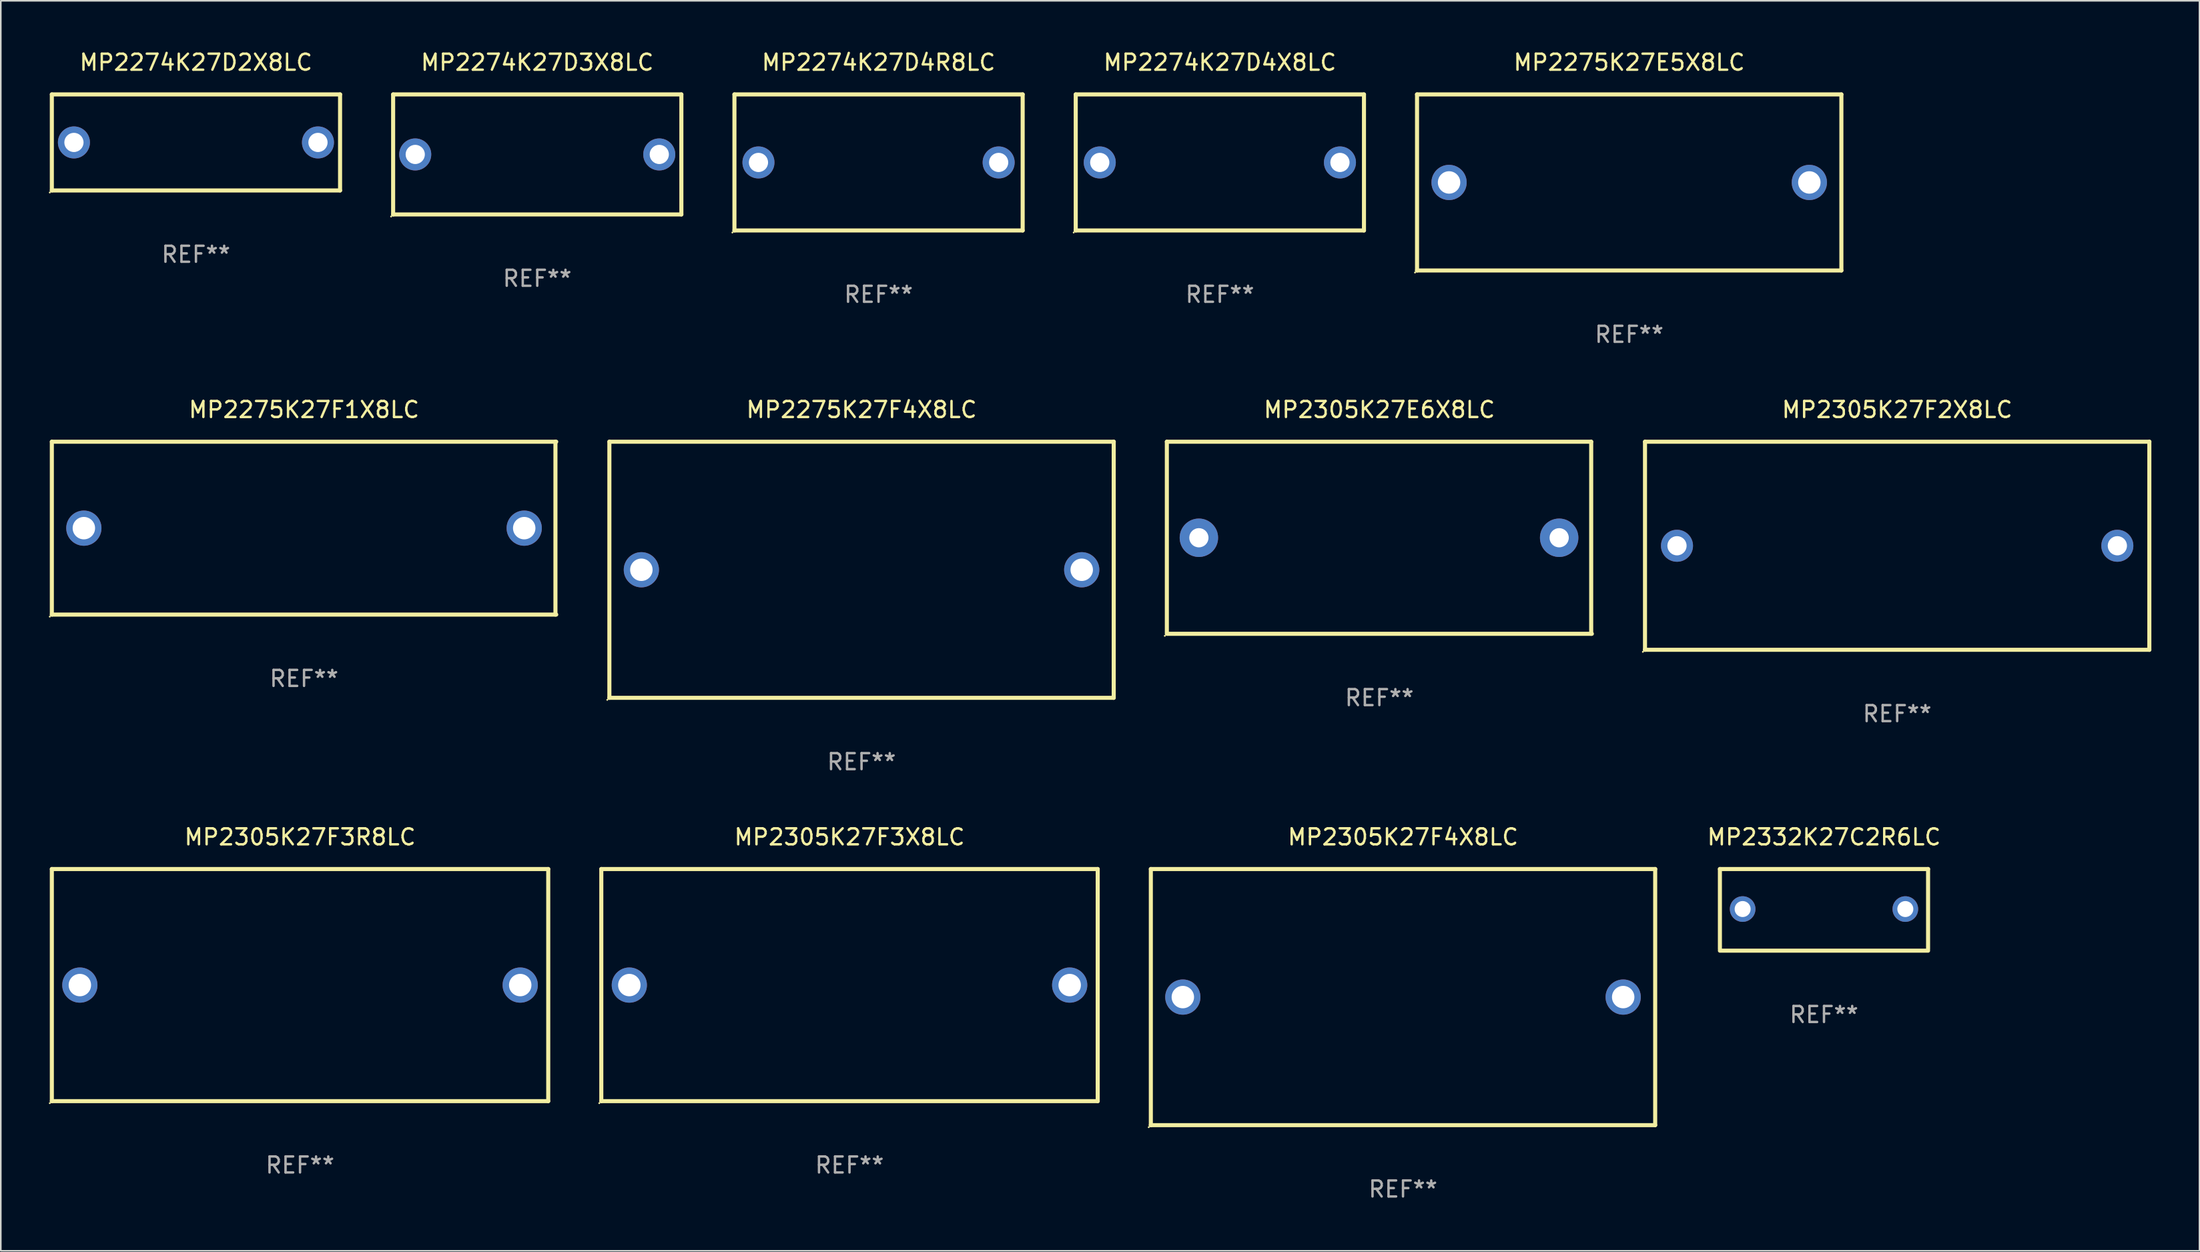
<source format=kicad_pcb>
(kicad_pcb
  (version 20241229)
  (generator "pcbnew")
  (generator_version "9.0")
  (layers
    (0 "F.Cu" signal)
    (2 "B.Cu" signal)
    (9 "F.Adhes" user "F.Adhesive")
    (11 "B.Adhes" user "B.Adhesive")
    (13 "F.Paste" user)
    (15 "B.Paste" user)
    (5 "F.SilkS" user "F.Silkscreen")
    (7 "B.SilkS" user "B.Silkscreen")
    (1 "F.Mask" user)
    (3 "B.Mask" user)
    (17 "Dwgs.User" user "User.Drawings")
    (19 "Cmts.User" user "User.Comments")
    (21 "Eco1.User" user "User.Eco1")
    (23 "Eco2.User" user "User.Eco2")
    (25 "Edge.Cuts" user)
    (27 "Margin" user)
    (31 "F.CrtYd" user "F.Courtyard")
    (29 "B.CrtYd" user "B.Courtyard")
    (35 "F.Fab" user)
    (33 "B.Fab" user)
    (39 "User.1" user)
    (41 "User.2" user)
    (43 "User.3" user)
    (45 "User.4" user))
  (footprint "MP2274K27D3X8LC"
    (layer "F.Cu")
    (at 30.501 6.598)
    (property "Reference" "MP2274K27D3X8LC" (at 0 -5.75 0) (layer "F.SilkS") (effects (font (size 1 1) (thickness 0.15))))
    (attr through_hole)
    (fp_line (start -9 -3.75) (end 9 -3.75) (stroke (width 0.254) (type solid)) (layer "F.SilkS"))
    (fp_line (start -9 3.75) (end -9 -3.75) (stroke (width 0.254) (type solid)) (layer "F.SilkS"))
    (fp_line (start 9 -3.75) (end 9 3.75) (stroke (width 0.254) (type solid)) (layer "F.SilkS"))
    (fp_line (start 9 3.75) (end -9 3.75) (stroke (width 0.254) (type solid)) (layer "F.SilkS"))
    (fp_circle (center -9.127 3.877) (end -9.097 3.877) (stroke (width 0.06) (type solid)) (fill no) (layer "F.SilkS"))
    (fp_text user "REF**" (at 0 7.75 0) (layer "F.Fab") (effects (font (size 1 1) (thickness 0.15))))
    (pad "1" thru_hole circle (at -7.62 0) (size 2 2) (drill 1.2) (layers "*.Cu" "*.Mask"))
    (pad "2" thru_hole circle (at 7.62 0) (size 2 2) (drill 1.2) (layers "*.Cu" "*.Mask")))
  (footprint "MP2305K27F4X8LC"
    (layer "F.Cu")
    (at 84.567 59.241)
    (property "Reference" "MP2305K27F4X8LC" (at 0 -10 0) (layer "F.SilkS") (effects (font (size 1 1) (thickness 0.15))))
    (attr through_hole)
    (fp_line (start -15.748 -8) (end 15.752 -8) (stroke (width 0.254) (type solid)) (layer "F.SilkS"))
    (fp_line (start -15.748 8) (end -15.748 -8) (stroke (width 0.254) (type solid)) (layer "F.SilkS"))
    (fp_line (start 15.748 -8) (end 15.748 8) (stroke (width 0.254) (type solid)) (layer "F.SilkS"))
    (fp_line (start 15.748 8) (end -15.752 8) (stroke (width 0.254) (type solid)) (layer "F.SilkS"))
    (fp_circle (center -15.879 8.127) (end -15.849 8.127) (stroke (width 0.06) (type solid)) (fill no) (layer "F.SilkS"))
    (fp_text user "REF**" (at 0 12 0) (layer "F.Fab") (effects (font (size 1 1) (thickness 0.15))))
    (pad "1" thru_hole circle (at -13.75 0) (size 2.2 2.2) (drill 1.4) (layers "*.Cu" "*.Mask"))
    (pad "2" thru_hole circle (at 13.75 0) (size 2.2 2.2) (drill 1.4) (layers "*.Cu" "*.Mask")))
  (footprint "MP2274K27D4X8LC"
    (layer "F.Cu")
    (at 73.129 7.098)
    (property "Reference" "MP2274K27D4X8LC" (at 0 -6.25 0) (layer "F.SilkS") (effects (font (size 1 1) (thickness 0.15))))
    (attr through_hole)
    (fp_line (start -9 -4.25) (end -9 4.25) (stroke (width 0.254) (type solid)) (layer "F.SilkS"))
    (fp_line (start -9 -4.25) (end 9 -4.25) (stroke (width 0.254) (type solid)) (layer "F.SilkS"))
    (fp_line (start 9 4.25) (end -9 4.25) (stroke (width 0.254) (type solid)) (layer "F.SilkS"))
    (fp_line (start 9 4.25) (end 9 -4.25) (stroke (width 0.254) (type solid)) (layer "F.SilkS"))
    (fp_circle (center -9.127 4.377) (end -9.097 4.377) (stroke (width 0.06) (type solid)) (fill no) (layer "F.SilkS"))
    (fp_text user "REF**" (at 0 8.25 0) (layer "F.Fab") (effects (font (size 1 1) (thickness 0.15))))
    (pad "1" thru_hole circle (at -7.5 0) (size 2 2) (drill 1.2) (layers "*.Cu" "*.Mask"))
    (pad "2" thru_hole circle (at 7.5 0) (size 2 2) (drill 1.2) (layers "*.Cu" "*.Mask")))
  (footprint "MP2275K27F1X8LC"
    (layer "F.Cu")
    (at 15.937 29.945)
    (property "Reference" "MP2275K27F1X8LC" (at 0 -7.4 0) (layer "F.SilkS") (effects (font (size 1 1) (thickness 0.15))))
    (attr through_hole)
    (fp_line (start -15.75 -5.4) (end 15.75 -5.4) (stroke (width 0.254) (type solid)) (layer "F.SilkS"))
    (fp_line (start -15.75 5.4) (end -15.75 -5.4) (stroke (width 0.254) (type solid)) (layer "F.SilkS"))
    (fp_line (start 15.7 -5.4) (end 15.7 5.4) (stroke (width 0.254) (type solid)) (layer "F.SilkS"))
    (fp_line (start 15.75 5.4) (end -15.75 5.4) (stroke (width 0.254) (type solid)) (layer "F.SilkS"))
    (fp_circle (center -15.877 5.527) (end -15.847 5.527) (stroke (width 0.06) (type solid)) (fill no) (layer "F.SilkS"))
    (fp_text user "REF**" (at 0 9.4 0) (layer "F.Fab") (effects (font (size 1 1) (thickness 0.15))))
    (pad "1" thru_hole circle (at -13.75 0) (size 2.2 2.2) (drill 1.4) (layers "*.Cu" "*.Mask"))
    (pad "2" thru_hole circle (at 13.75 0) (size 2.2 2.2) (drill 1.4) (layers "*.Cu" "*.Mask")))
  (footprint "MP2275K27F4X8LC"
    (layer "F.Cu")
    (at 50.753 32.545)
    (property "Reference" "MP2275K27F4X8LC" (at 0 -10 0) (layer "F.SilkS") (effects (font (size 1 1) (thickness 0.15))))
    (attr through_hole)
    (fp_line (start -15.748 -8) (end 15.752 -8) (stroke (width 0.254) (type solid)) (layer "F.SilkS"))
    (fp_line (start -15.748 8) (end -15.748 -8) (stroke (width 0.254) (type solid)) (layer "F.SilkS"))
    (fp_line (start 15.748 -8) (end 15.748 8) (stroke (width 0.254) (type solid)) (layer "F.SilkS"))
    (fp_line (start 15.748 8) (end -15.752 8) (stroke (width 0.254) (type solid)) (layer "F.SilkS"))
    (fp_circle (center -15.879 8.127) (end -15.849 8.127) (stroke (width 0.06) (type solid)) (fill no) (layer "F.SilkS"))
    (fp_text user "REF**" (at 0 12 0) (layer "F.Fab") (effects (font (size 1 1) (thickness 0.15))))
    (pad "1" thru_hole circle (at -13.75 0) (size 2.2 2.2) (drill 1.4) (layers "*.Cu" "*.Mask"))
    (pad "2" thru_hole circle (at 13.75 0) (size 2.2 2.2) (drill 1.4) (layers "*.Cu" "*.Mask")))
  (footprint "MP2332K27C2R6LC"
    (layer "F.Cu")
    (at 110.857 53.791)
    (property "Reference" "MP2332K27C2R6LC" (at 0 -4.55 0) (layer "F.SilkS") (effects (font (size 1 1) (thickness 0.15))))
    (attr through_hole)
    (fp_line (start -6.5 -2.55) (end 6.5 -2.55) (stroke (width 0.254) (type solid)) (layer "F.SilkS"))
    (fp_line (start -6.5 2.45) (end -6.5 -2.55) (stroke (width 0.254) (type solid)) (layer "F.SilkS"))
    (fp_line (start 6.5 -2.55) (end 6.5 2.45) (stroke (width 0.254) (type solid)) (layer "F.SilkS"))
    (fp_line (start 6.5 2.55) (end -6.5 2.55) (stroke (width 0.254) (type solid)) (layer "F.SilkS"))
    (fp_circle (center -6.5 2.45) (end -6.47 2.45) (stroke (width 0.06) (type solid)) (fill no) (layer "F.SilkS"))
    (fp_text user "REF**" (at 0 6.55 0) (layer "F.Fab") (effects (font (size 1 1) (thickness 0.15))))
    (pad "1" thru_hole circle (at -5.08 -0.05) (size 1.6 1.6) (drill 1) (layers "*.Cu" "*.Mask"))
    (pad "2" thru_hole circle (at 5.08 -0.05) (size 1.6 1.6) (drill 1) (layers "*.Cu" "*.Mask")))
  (footprint "MP2274K27D2X8LC"
    (layer "F.Cu")
    (at 9.187 5.848)
    (property "Reference" "MP2274K27D2X8LC" (at 0 -5 0) (layer "F.SilkS") (effects (font (size 1 1) (thickness 0.15))))
    (attr through_hole)
    (fp_line (start -9 -3) (end 9 -3) (stroke (width 0.254) (type solid)) (layer "F.SilkS"))
    (fp_line (start -9 3) (end -9 -3) (stroke (width 0.254) (type solid)) (layer "F.SilkS"))
    (fp_line (start 9 -3) (end 9 3) (stroke (width 0.254) (type solid)) (layer "F.SilkS"))
    (fp_line (start 9 3) (end -9 3) (stroke (width 0.254) (type solid)) (layer "F.SilkS"))
    (fp_circle (center -9.127 3.127) (end -9.097 3.127) (stroke (width 0.06) (type solid)) (fill no) (layer "F.SilkS"))
    (fp_text user "REF**" (at 0 7 0) (layer "F.Fab") (effects (font (size 1 1) (thickness 0.15))))
    (pad "1" thru_hole circle (at -7.62 0) (size 2 2) (drill 1.2) (layers "*.Cu" "*.Mask"))
    (pad "2" thru_hole circle (at 7.62 0) (size 2 2) (drill 1.2) (layers "*.Cu" "*.Mask")))
  (footprint "MP2275K27E5X8LC"
    (layer "F.Cu")
    (at 98.693 8.348)
    (property "Reference" "MP2275K27E5X8LC" (at 0 -7.5 0) (layer "F.SilkS") (effects (font (size 1 1) (thickness 0.15))))
    (attr through_hole)
    (fp_line (start -13.25 -5.5) (end 13.25 -5.5) (stroke (width 0.254) (type solid)) (layer "F.SilkS"))
    (fp_line (start -13.25 5.5) (end -13.25 -5.5) (stroke (width 0.254) (type solid)) (layer "F.SilkS"))
    (fp_line (start 13.25 -5.5) (end 13.25 5.5) (stroke (width 0.254) (type solid)) (layer "F.SilkS"))
    (fp_line (start 13.25 5.5) (end -13.25 5.5) (stroke (width 0.254) (type solid)) (layer "F.SilkS"))
    (fp_circle (center -13.377 5.627) (end -13.347 5.627) (stroke (width 0.06) (type solid)) (fill no) (layer "F.SilkS"))
    (fp_text user "REF**" (at 0 9.5 0) (layer "F.Fab") (effects (font (size 1 1) (thickness 0.15))))
    (pad "1" thru_hole circle (at -11.25 0) (size 2.2 2.2) (drill 1.4) (layers "*.Cu" "*.Mask"))
    (pad "2" thru_hole circle (at 11.25 0) (size 2.2 2.2) (drill 1.4) (layers "*.Cu" "*.Mask")))
  (footprint "MP2305K27F3R8LC"
    (layer "F.Cu")
    (at 15.687 58.491)
    (property "Reference" "MP2305K27F3R8LC" (at 0 -9.25 0) (layer "F.SilkS") (effects (font (size 1 1) (thickness 0.15))))
    (attr through_hole)
    (fp_line (start -15.5 -7.25) (end 15.5 -7.25) (stroke (width 0.254) (type solid)) (layer "F.SilkS"))
    (fp_line (start -15.5 7.25) (end -15.5 -7.25) (stroke (width 0.254) (type solid)) (layer "F.SilkS"))
    (fp_line (start 15.5 -7.25) (end 15.5 7.25) (stroke (width 0.254) (type solid)) (layer "F.SilkS"))
    (fp_line (start 15.5 7.25) (end -15.5 7.25) (stroke (width 0.254) (type solid)) (layer "F.SilkS"))
    (fp_circle (center -15.627 7.377) (end -15.597 7.377) (stroke (width 0.06) (type solid)) (fill no) (layer "F.SilkS"))
    (fp_text user "REF**" (at 0 11.25 0) (layer "F.Fab") (effects (font (size 1 1) (thickness 0.15))))
    (pad "1" thru_hole circle (at -13.75 -0.000013) (size 2.2 2.2) (drill 1.4) (layers "*.Cu" "*.Mask"))
    (pad "2" thru_hole circle (at 13.75 -0.000013) (size 2.2 2.2) (drill 1.4) (layers "*.Cu" "*.Mask")))
  (footprint "MP2305K27F2X8LC"
    (layer "F.Cu")
    (at 115.427 31.045)
    (property "Reference" "MP2305K27F2X8LC" (at 0 -8.5 0) (layer "F.SilkS") (effects (font (size 1 1) (thickness 0.15))))
    (attr through_hole)
    (fp_line (start -15.748 -6.5) (end 15.752 -6.5) (stroke (width 0.254) (type solid)) (layer "F.SilkS"))
    (fp_line (start -15.748 6.5) (end -15.748 -6.5) (stroke (width 0.254) (type solid)) (layer "F.SilkS"))
    (fp_line (start 15.748 -6.5) (end 15.748 6.5) (stroke (width 0.254) (type solid)) (layer "F.SilkS"))
    (fp_line (start 15.748 6.5) (end -15.752 6.5) (stroke (width 0.254) (type solid)) (layer "F.SilkS"))
    (fp_circle (center -15.879 6.627) (end -15.849 6.627) (stroke (width 0.06) (type solid)) (fill no) (layer "F.SilkS"))
    (fp_text user "REF**" (at 0 10.5 0) (layer "F.Fab") (effects (font (size 1 1) (thickness 0.15))))
    (pad "1" thru_hole circle (at -13.75 0) (size 2 2) (drill 1.2) (layers "*.Cu" "*.Mask"))
    (pad "2" thru_hole circle (at 13.75 0) (size 2 2) (drill 1.2) (layers "*.Cu" "*.Mask")))
  (footprint "MP2305K27F3X8LC"
    (layer "F.Cu")
    (at 50.001 58.491)
    (property "Reference" "MP2305K27F3X8LC" (at 0 -9.25 0) (layer "F.SilkS") (effects (font (size 1 1) (thickness 0.15))))
    (attr through_hole)
    (fp_line (start -15.5 -7.25) (end 15.5 -7.25) (stroke (width 0.254) (type solid)) (layer "F.SilkS"))
    (fp_line (start -15.5 7.25) (end -15.5 -7.25) (stroke (width 0.254) (type solid)) (layer "F.SilkS"))
    (fp_line (start 15.5 -7.25) (end 15.5 7.25) (stroke (width 0.254) (type solid)) (layer "F.SilkS"))
    (fp_line (start 15.5 7.25) (end -15.5 7.25) (stroke (width 0.254) (type solid)) (layer "F.SilkS"))
    (fp_circle (center -15.627 7.377) (end -15.597 7.377) (stroke (width 0.06) (type solid)) (fill no) (layer "F.SilkS"))
    (fp_text user "REF**" (at 0 11.25 0) (layer "F.Fab") (effects (font (size 1 1) (thickness 0.15))))
    (pad "1" thru_hole circle (at -13.75 -0.000013) (size 2.2 2.2) (drill 1.4) (layers "*.Cu" "*.Mask"))
    (pad "2" thru_hole circle (at 13.75 -0.000013) (size 2.2 2.2) (drill 1.4) (layers "*.Cu" "*.Mask")))
  (footprint "MP2274K27D4R8LC"
    (layer "F.Cu")
    (at 51.815 7.098)
    (property "Reference" "MP2274K27D4R8LC" (at 0 -6.25 0) (layer "F.SilkS") (effects (font (size 1 1) (thickness 0.15))))
    (attr through_hole)
    (fp_line (start -9 -4.25) (end -9 4.25) (stroke (width 0.254) (type solid)) (layer "F.SilkS"))
    (fp_line (start -9 -4.25) (end 9 -4.25) (stroke (width 0.254) (type solid)) (layer "F.SilkS"))
    (fp_line (start 9 4.25) (end -9 4.25) (stroke (width 0.254) (type solid)) (layer "F.SilkS"))
    (fp_line (start 9 4.25) (end 9 -4.25) (stroke (width 0.254) (type solid)) (layer "F.SilkS"))
    (fp_circle (center -9.127 4.377) (end -9.097 4.377) (stroke (width 0.06) (type solid)) (fill no) (layer "F.SilkS"))
    (fp_text user "REF**" (at 0 8.25 0) (layer "F.Fab") (effects (font (size 1 1) (thickness 0.15))))
    (pad "1" thru_hole circle (at -7.5 0) (size 2 2) (drill 1.2) (layers "*.Cu" "*.Mask"))
    (pad "2" thru_hole circle (at 7.5 0) (size 2 2) (drill 1.2) (layers "*.Cu" "*.Mask")))
  (footprint "MP2305K27E6X8LC"
    (layer "F.Cu")
    (at 83.09 30.545)
    (property "Reference" "MP2305K27E6X8LC" (at 0 -8 0) (layer "F.SilkS") (effects (font (size 1 1) (thickness 0.15))))
    (attr through_hole)
    (fp_line (start -13.271 -6) (end 13.229 -6) (stroke (width 0.254) (type solid)) (layer "F.SilkS"))
    (fp_line (start -13.271 6) (end -13.271 -6) (stroke (width 0.254) (type solid)) (layer "F.SilkS"))
    (fp_line (start 13.229 -6) (end 13.229 6) (stroke (width 0.254) (type solid)) (layer "F.SilkS"))
    (fp_line (start 13.271 6) (end -13.229 6) (stroke (width 0.254) (type solid)) (layer "F.SilkS"))
    (fp_circle (center -13.398 6.127) (end -13.368 6.127) (stroke (width 0.06) (type solid)) (fill no) (layer "F.SilkS"))
    (fp_text user "REF**" (at 0 10 0) (layer "F.Fab") (effects (font (size 1 1) (thickness 0.15))))
    (pad "1" thru_hole circle (at -11.271 0) (size 2.4 2.4) (drill 1.2) (layers "*.Cu" "*.Mask"))
    (pad "2" thru_hole circle (at 11.229 0) (size 2.4 2.4) (drill 1.2) (layers "*.Cu" "*.Mask")))
  (gr_rect
    (start -3 -3)
    (end 134.306 75.09)
    (stroke (width 0.1) (type default))
    (fill no)
    (layer "Edge.Cuts")))
</source>
